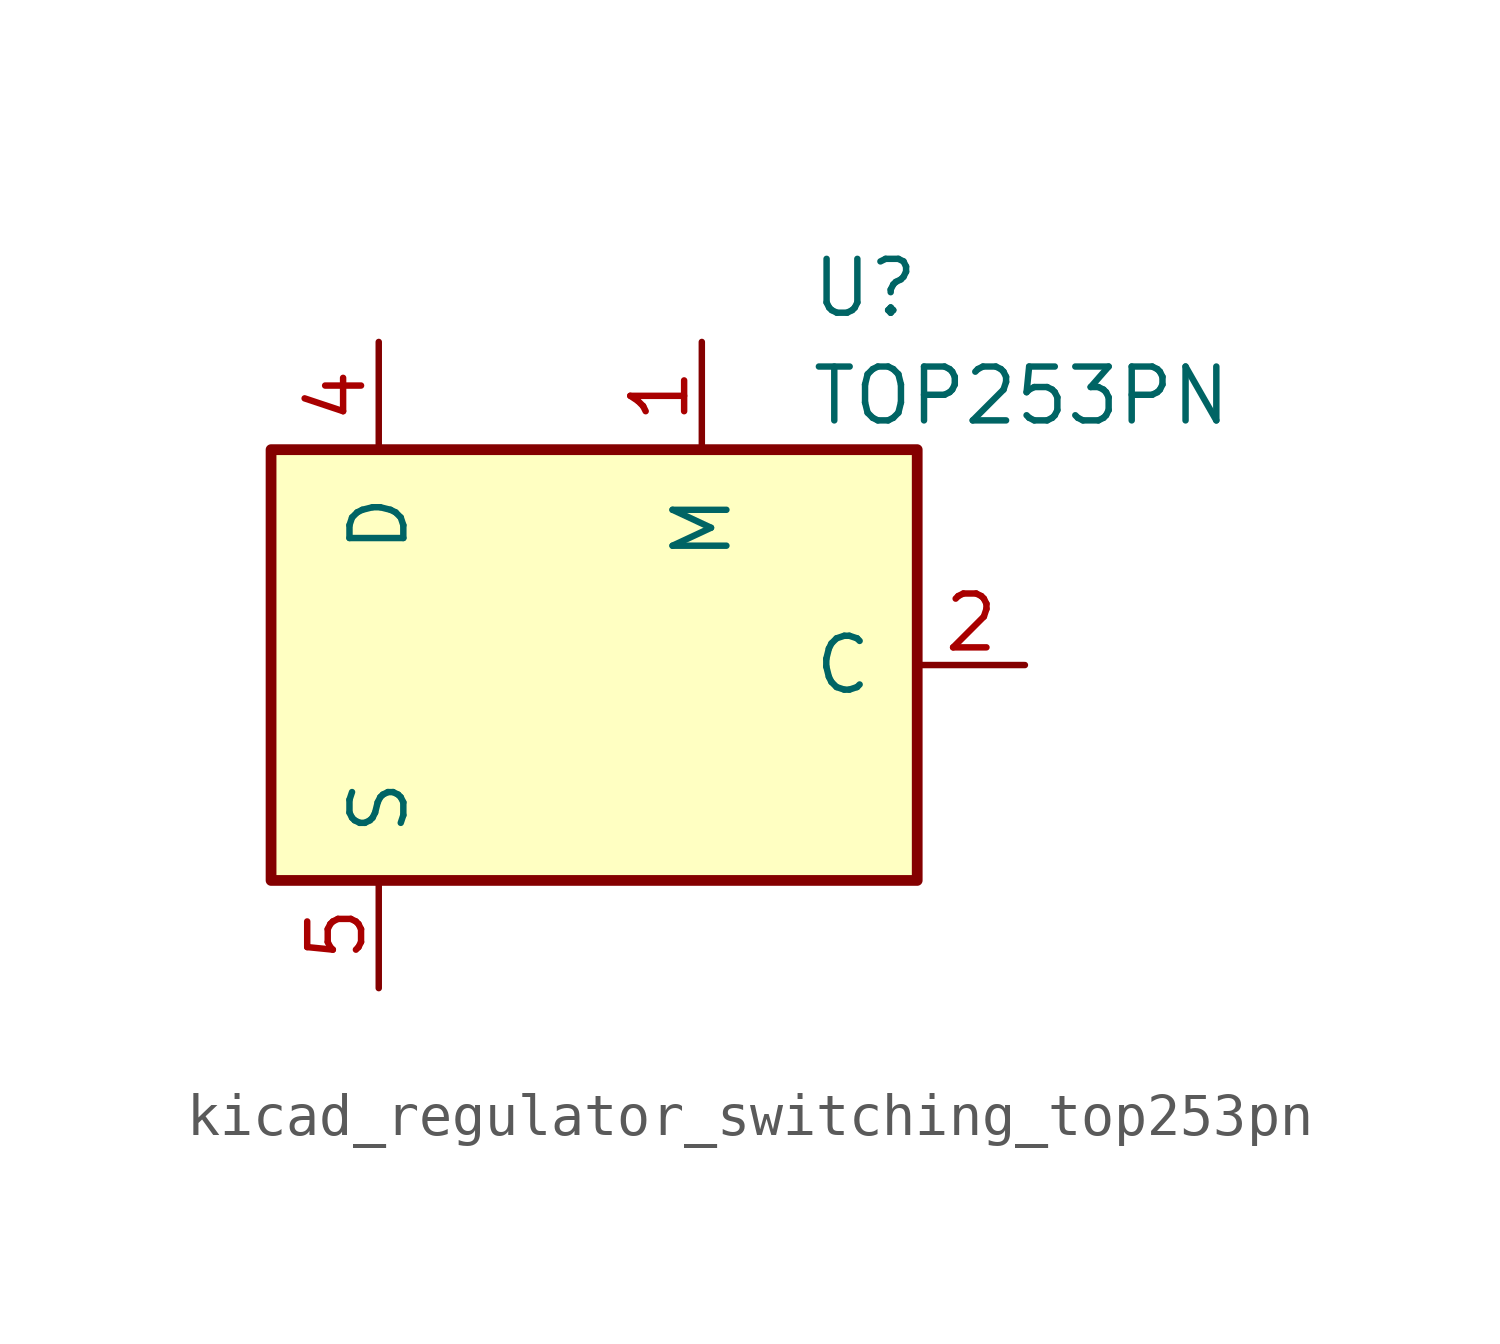
<source format=kicad_sym>
(kicad_symbol_lib
  (version 20220914)
  (generator kicad_symbol_editor)
  (symbol "kicad_regulator_switching_top253pn"
    (pin_names
      (offset 1.016))
    (property "Reference" "U"
      (at 5.08 8.89 0)
      (effects (font (size 1.27 1.27)) (justify left)))
    (property "Value" "TOP253PN"
      (at 5.08 6.35 0)
      (effects (font (size 1.27 1.27)) (justify left)))
    (symbol "kicad_regulator_switching_top253pn_0_1"
      (rectangle (start -7.62 5.08) (end 7.62 -5.08) (stroke (width 0.254) (type default)) (fill (type background))))
    (symbol "kicad_regulator_switching_top253pn_1_1"
      (pin input line (at 2.54 7.62 270) (length 2.54) (name "M" (effects (font (size 1.27 1.27)))) (number "1" (effects (font (size 1.27 1.27)))))
      (pin input line (at 10.16 0 180) (length 2.54) (name "C" (effects (font (size 1.27 1.27)))) (number "2" (effects (font (size 1.27 1.27)))))
      (pin open_collector line (at -5.08 7.62 270) (length 2.54) (name "D" (effects (font (size 1.27 1.27)))) (number "4" (effects (font (size 1.27 1.27)))))
      (pin power_in line (at -5.08 -7.62 90) (length 2.54) (name "S" (effects (font (size 1.27 1.27)))) (number "5" (effects (font (size 1.27 1.27)))))
      (pin passive line (at -5.08 -7.62 90) (length 2.54) hide (name "S" (effects (font (size 1.27 1.27)))) (number "6" (effects (font (size 1.27 1.27)))))
      (pin passive line (at -5.08 -7.62 90) (length 2.54) hide (name "S" (effects (font (size 1.27 1.27)))) (number "7" (effects (font (size 1.27 1.27)))))
      (pin passive line (at -5.08 -7.62 90) (length 2.54) hide (name "S" (effects (font (size 1.27 1.27)))) (number "8" (effects (font (size 1.27 1.27))))))))
</source>
